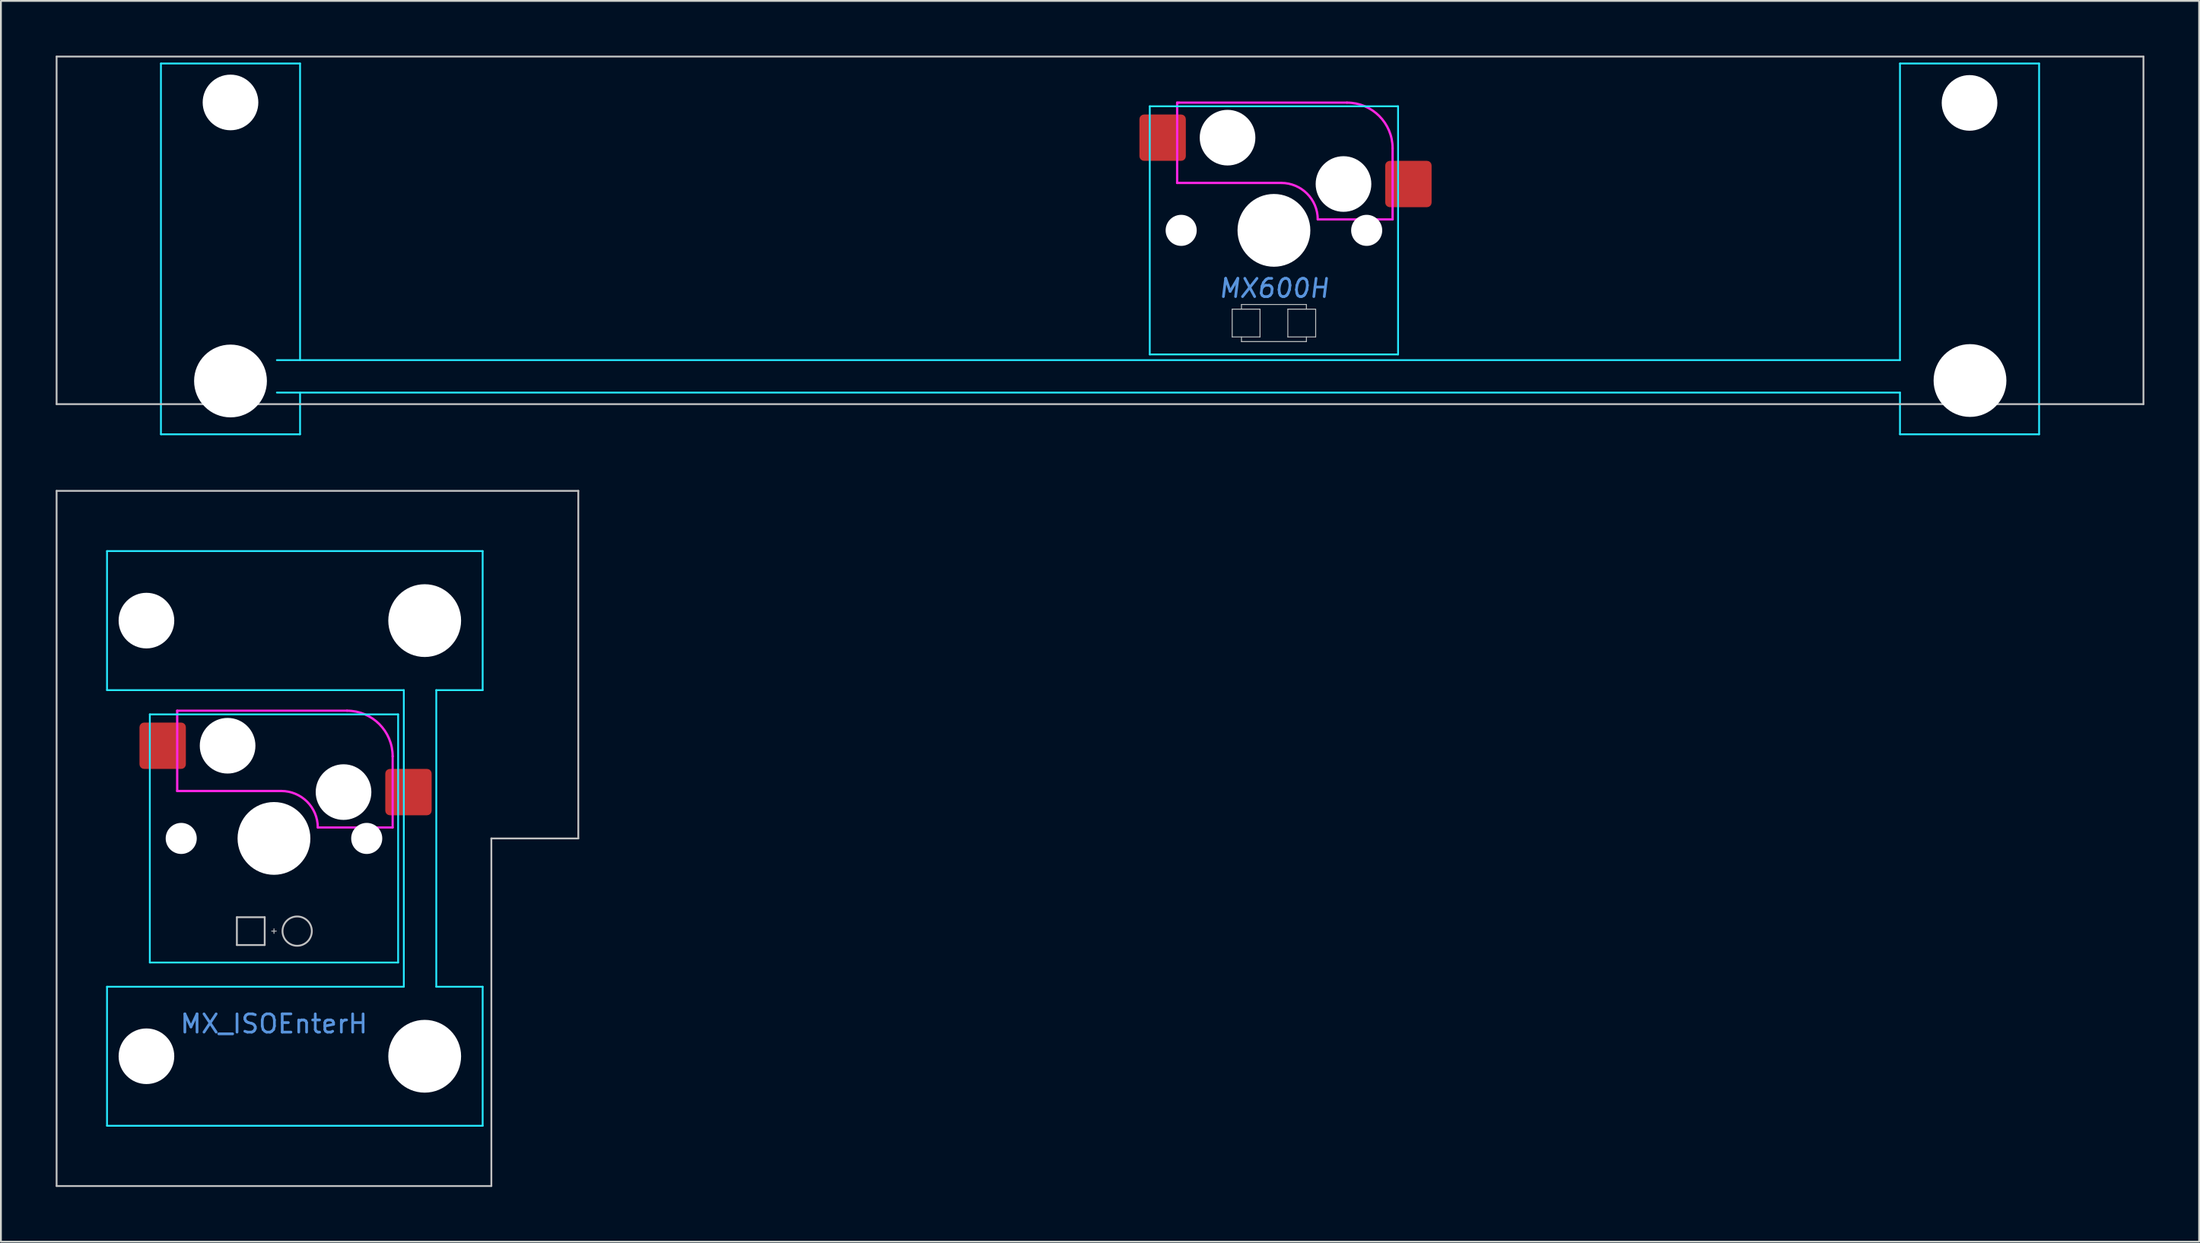
<source format=kicad_pcb>
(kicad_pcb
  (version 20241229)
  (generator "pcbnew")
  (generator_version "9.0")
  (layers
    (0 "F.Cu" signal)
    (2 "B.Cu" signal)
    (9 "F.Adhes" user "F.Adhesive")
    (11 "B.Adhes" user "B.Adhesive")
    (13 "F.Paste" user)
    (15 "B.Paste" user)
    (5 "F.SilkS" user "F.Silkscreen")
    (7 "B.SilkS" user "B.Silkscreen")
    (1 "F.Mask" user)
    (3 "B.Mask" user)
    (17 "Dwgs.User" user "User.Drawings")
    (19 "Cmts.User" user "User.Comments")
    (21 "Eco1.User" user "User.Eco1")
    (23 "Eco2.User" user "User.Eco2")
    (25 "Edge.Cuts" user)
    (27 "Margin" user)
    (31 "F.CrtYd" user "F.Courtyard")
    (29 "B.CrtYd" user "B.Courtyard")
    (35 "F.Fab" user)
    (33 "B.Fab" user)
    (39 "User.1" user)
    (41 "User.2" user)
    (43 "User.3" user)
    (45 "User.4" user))
  (footprint "MX600H"
    (layer "F.Cu")
    (at 66.725 9.575)
    (property "Reference" "MX600H" (at 0 3.175 0) (layer "Cmts.User") (effects (font (size 1 1) (thickness 0.15) (italic yes))))
    (attr smd)
    (fp_line (start -66.675 -9.525) (end -66.675 9.525) (stroke (width 0.1) (type solid)) (layer "Dwgs.User"))
    (fp_line (start -66.675 -9.525) (end 47.625 -9.525) (stroke (width 0.1) (type solid)) (layer "Dwgs.User"))
    (fp_line (start -66.675 9.525) (end 47.625 9.525) (stroke (width 0.1) (type solid)) (layer "Dwgs.User"))
    (fp_line (start -2.286 4.318) (end -0.762 4.318) (stroke (width 0.051) (type solid)) (layer "Dwgs.User"))
    (fp_line (start -2.286 5.842) (end -2.286 4.318) (stroke (width 0.051) (type solid)) (layer "Dwgs.User"))
    (fp_line (start -1.778 4.064) (end 1.778 4.064) (stroke (width 0.051) (type solid)) (layer "Dwgs.User"))
    (fp_line (start -1.778 4.318) (end -1.778 4.064) (stroke (width 0.051) (type solid)) (layer "Dwgs.User"))
    (fp_line (start -1.778 6.096) (end -1.778 5.842) (stroke (width 0.051) (type solid)) (layer "Dwgs.User"))
    (fp_line (start -0.762 4.318) (end -0.762 5.842) (stroke (width 0.051) (type solid)) (layer "Dwgs.User"))
    (fp_line (start -0.762 5.842) (end -2.286 5.842) (stroke (width 0.051) (type solid)) (layer "Dwgs.User"))
    (fp_line (start 0.762 4.318) (end 2.286 4.318) (stroke (width 0.051) (type solid)) (layer "Dwgs.User"))
    (fp_line (start 0.762 5.842) (end 0.762 4.318) (stroke (width 0.051) (type solid)) (layer "Dwgs.User"))
    (fp_line (start 1.778 4.064) (end 1.778 4.318) (stroke (width 0.051) (type solid)) (layer "Dwgs.User"))
    (fp_line (start 1.778 5.842) (end 1.778 6.096) (stroke (width 0.051) (type solid)) (layer "Dwgs.User"))
    (fp_line (start 1.778 6.096) (end -1.778 6.096) (stroke (width 0.051) (type solid)) (layer "Dwgs.User"))
    (fp_line (start 2.286 4.318) (end 2.286 5.842) (stroke (width 0.051) (type solid)) (layer "Dwgs.User"))
    (fp_line (start 2.286 5.842) (end 0.762 5.842) (stroke (width 0.051) (type solid)) (layer "Dwgs.User"))
    (fp_line (start 47.625 -9.525) (end 47.625 9.525) (stroke (width 0.1) (type solid)) (layer "Dwgs.User"))
    (fp_line (start -60.65 -5.485) (end -60.65 8.515) (stroke (width 0.1) (type solid)) (layer "Eco1.User"))
    (fp_line (start -60.15 -5.985) (end -54.15 -5.985) (stroke (width 0.1) (type solid)) (layer "Eco1.User"))
    (fp_line (start -54.15 9.015) (end -60.15 9.015) (stroke (width 0.1) (type solid)) (layer "Eco1.User"))
    (fp_line (start -53.65 8.515) (end -53.65 -5.485) (stroke (width 0.1) (type solid)) (layer "Eco1.User"))
    (fp_line (start -7 -6.5) (end -7 6.5) (stroke (width 0.1) (type solid)) (layer "Eco1.User"))
    (fp_line (start -6.5 7) (end 6.5 7) (stroke (width 0.1) (type solid)) (layer "Eco1.User"))
    (fp_line (start 6.5 -7) (end -6.5 -7) (stroke (width 0.1) (type solid)) (layer "Eco1.User"))
    (fp_line (start 7 6.5) (end 7 -6.5) (stroke (width 0.1) (type solid)) (layer "Eco1.User"))
    (fp_line (start 34.6 -5.485) (end 34.6 8.515) (stroke (width 0.1) (type solid)) (layer "Eco1.User"))
    (fp_line (start 35.1 -5.985) (end 41.1 -5.985) (stroke (width 0.1) (type solid)) (layer "Eco1.User"))
    (fp_line (start 41.1 9.015) (end 35.1 9.015) (stroke (width 0.1) (type solid)) (layer "Eco1.User"))
    (fp_line (start 41.6 8.515) (end 41.6 -5.485) (stroke (width 0.1) (type solid)) (layer "Eco1.User"))
    (fp_arc (start -60.65 -5.485) (mid -60.503553 -5.838553) (end -60.15 -5.985) (stroke (width 0.1) (type solid)) (layer "Eco1.User"))
    (fp_arc (start -60.15 9.015) (mid -60.503553 8.868553) (end -60.65 8.515) (stroke (width 0.1) (type solid)) (layer "Eco1.User"))
    (fp_arc (start -54.15 -5.985) (mid -53.796447 -5.838553) (end -53.65 -5.485) (stroke (width 0.1) (type solid)) (layer "Eco1.User"))
    (fp_arc (start -53.65 8.515) (mid -53.796447 8.868553) (end -54.15 9.015) (stroke (width 0.1) (type solid)) (layer "Eco1.User"))
    (fp_arc (start -7 -6.5) (mid -6.853553 -6.853553) (end -6.5 -7) (stroke (width 0.1) (type solid)) (layer "Eco1.User"))
    (fp_arc (start -6.5 7) (mid -6.853553 6.853553) (end -7 6.5) (stroke (width 0.1) (type solid)) (layer "Eco1.User"))
    (fp_arc (start 6.5 -7) (mid 6.853553 -6.853553) (end 7 -6.5) (stroke (width 0.1) (type solid)) (layer "Eco1.User"))
    (fp_arc (start 7 6.5) (mid 6.853553 6.853553) (end 6.5 7) (stroke (width 0.1) (type solid)) (layer "Eco1.User"))
    (fp_arc (start 34.6 -5.485) (mid 34.746447 -5.838553) (end 35.1 -5.985) (stroke (width 0.1) (type solid)) (layer "Eco1.User"))
    (fp_arc (start 35.1 9.015) (mid 34.746447 8.868553) (end 34.6 8.515) (stroke (width 0.1) (type solid)) (layer "Eco1.User"))
    (fp_arc (start 41.1 -5.985) (mid 41.453553 -5.838553) (end 41.6 -5.485) (stroke (width 0.1) (type solid)) (layer "Eco1.User"))
    (fp_arc (start 41.6 8.515) (mid 41.453553 8.868553) (end 41.1 9.015) (stroke (width 0.1) (type solid)) (layer "Eco1.User"))
    (fp_line (start -60.96 -9.144) (end -60.96 11.176) (stroke (width 0.1) (type solid)) (layer "B.CrtYd"))
    (fp_line (start -60.96 -9.144) (end -53.34 -9.144) (stroke (width 0.1) (type solid)) (layer "B.CrtYd"))
    (fp_line (start -60.96 11.176) (end -53.34 11.176) (stroke (width 0.1) (type solid)) (layer "B.CrtYd"))
    (fp_line (start -54.61 7.112) (end 34.29 7.112) (stroke (width 0.1) (type solid)) (layer "B.CrtYd"))
    (fp_line (start -54.61 8.89) (end 34.29 8.89) (stroke (width 0.1) (type solid)) (layer "B.CrtYd"))
    (fp_line (start -53.34 7.112) (end -53.34 -9.144) (stroke (width 0.1) (type solid)) (layer "B.CrtYd"))
    (fp_line (start -53.34 8.89) (end -53.34 11.176) (stroke (width 0.1) (type solid)) (layer "B.CrtYd"))
    (fp_line (start -6.8 -6.8) (end -6.8 6.8) (stroke (width 0.1) (type solid)) (layer "B.CrtYd"))
    (fp_line (start 6.8 -6.8) (end -6.8 -6.8) (stroke (width 0.1) (type solid)) (layer "B.CrtYd"))
    (fp_line (start 6.8 -6.8) (end 6.8 6.8) (stroke (width 0.1) (type solid)) (layer "B.CrtYd"))
    (fp_line (start 6.8 6.8) (end -6.8 6.8) (stroke (width 0.1) (type solid)) (layer "B.CrtYd"))
    (fp_line (start 34.29 7.112) (end 34.29 -9.144) (stroke (width 0.1) (type solid)) (layer "B.CrtYd"))
    (fp_line (start 34.29 8.89) (end 34.29 11.176) (stroke (width 0.1) (type solid)) (layer "B.CrtYd"))
    (fp_line (start 41.91 -9.144) (end 34.29 -9.144) (stroke (width 0.1) (type solid)) (layer "B.CrtYd"))
    (fp_line (start 41.91 -9.144) (end 41.91 11.176) (stroke (width 0.1) (type solid)) (layer "B.CrtYd"))
    (fp_line (start 41.91 11.176) (end 34.29 11.176) (stroke (width 0.1) (type solid)) (layer "B.CrtYd"))
    (fp_line (start -5.3 -7) (end -5.3 -2.6) (stroke (width 0.127) (type solid)) (layer "F.CrtYd"))
    (fp_line (start -5.2 -7) (end -5.3 -7) (stroke (width 0.12) (type solid)) (layer "F.CrtYd"))
    (fp_line (start 0.4 -2.6) (end -5.3 -2.6) (stroke (width 0.127) (type solid)) (layer "F.CrtYd"))
    (fp_line (start 4 -7) (end -5.2 -7) (stroke (width 0.12) (type solid)) (layer "F.CrtYd"))
    (fp_line (start 6.5 -4.5) (end 6.5 -0.6) (stroke (width 0.127) (type solid)) (layer "F.CrtYd"))
    (fp_line (start 6.5 -0.6) (end 2.4 -0.6) (stroke (width 0.12) (type solid)) (layer "F.CrtYd"))
    (fp_arc (start 0.4 -2.6) (mid 1.814214 -2.014214) (end 2.4 -0.6) (stroke (width 0.127) (type solid)) (layer "F.CrtYd"))
    (fp_arc (start 4 -7) (mid 5.767767 -6.267767) (end 6.5 -4.5) (stroke (width 0.127) (type solid)) (layer "F.CrtYd"))
    (pad "" np_thru_hole circle (at -57.15 -7.01) (size 3.048 3.048) (drill 3.048) (layers "*.Cu" "*.Mask"))
    (pad "" np_thru_hole circle (at -57.15 8.255) (size 3.988 3.988) (drill 3.988) (layers "*.Cu" "*.Mask"))
    (pad "" np_thru_hole circle (at -5.08 0) (size 1.702 1.702) (drill 1.702) (layers "*.Cu" "*.Mask"))
    (pad "" np_thru_hole circle (at -2.54 -5.08) (size 3.048 3.048) (drill 3.048) (layers "*.Cu" "*.Mask"))
    (pad "" np_thru_hole circle (at 0 0) (size 3.988 3.988) (drill 3.988) (layers "*.Cu" "*.Mask"))
    (pad "" np_thru_hole circle (at 3.81 -2.54) (size 3.048 3.048) (drill 3.048) (layers "*.Cu" "*.Mask"))
    (pad "" np_thru_hole circle (at 5.08 0) (size 1.702 1.702) (drill 1.702) (layers "*.Cu" "*.Mask"))
    (pad "" np_thru_hole circle (at 38.1 -6.985) (size 3.048 3.048) (drill 3.048) (layers "*.Cu" "*.Mask"))
    (pad "" np_thru_hole circle (at 38.125 8.23) (size 3.988 3.988) (drill 3.988) (layers "*.Cu" "*.Mask"))
    (pad "1" smd roundrect (at -6.096 -5.08) (size 2.54 2.54) (layers "F.Cu" "F.Mask") (roundrect_rratio 0.1))
    (pad "2" smd roundrect (at 7.366 -2.54) (size 2.54 2.54) (layers "F.Cu" "F.Mask") (roundrect_rratio 0.1)))
  (footprint "MX_ISOEnterH"
    (layer "F.Cu")
    (at 11.956 42.901)
    (property "Reference" "MX_ISOEnterH" (at 0 10.16 0) (unlocked yes) (layer "Cmts.User") (effects (font (size 1 1) (thickness 0.15))))
    (attr smd)
    (fp_line (start -11.906 19.05) (end -11.906 -19.05) (stroke (width 0.1) (type solid)) (layer "Dwgs.User"))
    (fp_line (start -2.032 4.318) (end -2.032 5.842) (stroke (width 0.1) (type solid)) (layer "Dwgs.User"))
    (fp_line (start -2.032 5.842) (end -0.508 5.842) (stroke (width 0.1) (type solid)) (layer "Dwgs.User"))
    (fp_line (start -0.508 4.318) (end -2.032 4.318) (stroke (width 0.1) (type solid)) (layer "Dwgs.User"))
    (fp_line (start -0.508 4.318) (end -0.508 5.842) (stroke (width 0.1) (type solid)) (layer "Dwgs.User"))
    (fp_line (start -0.127 5.08) (end 0.127 5.08) (stroke (width 0.05) (type solid)) (layer "Dwgs.User"))
    (fp_line (start 0 5.207) (end 0 4.953) (stroke (width 0.05) (type solid)) (layer "Dwgs.User"))
    (fp_line (start 11.906 19.05) (end -11.906 19.05) (stroke (width 0.1) (type solid)) (layer "Dwgs.User"))
    (fp_line (start 11.906 19.05) (end 11.906 0) (stroke (width 0.1) (type solid)) (layer "Dwgs.User"))
    (fp_line (start 16.669 -19.05) (end -11.906 -19.05) (stroke (width 0.1) (type solid)) (layer "Dwgs.User"))
    (fp_line (start 16.669 0) (end 11.906 0) (stroke (width 0.1) (type solid)) (layer "Dwgs.User"))
    (fp_line (start 16.669 0) (end 16.669 -19.05) (stroke (width 0.1) (type solid)) (layer "Dwgs.User"))
    (fp_circle (center 1.27 5.08) (end 1.27 5.883) (stroke (width 0.1) (type solid)) (fill no) (layer "Dwgs.User"))
    (fp_line (start -7 -6.5) (end -7 6.5) (stroke (width 0.1) (type solid)) (layer "Eco1.User"))
    (fp_line (start -6.5 7) (end 6.5 7) (stroke (width 0.1) (type solid)) (layer "Eco1.User"))
    (fp_line (start -5.985 -8.938) (end -5.985 -14.938) (stroke (width 0.1) (type solid)) (layer "Eco1.User"))
    (fp_line (start -5.985 14.938) (end -5.985 8.938) (stroke (width 0.1) (type solid)) (layer "Eco1.User"))
    (fp_line (start -5.485 -8.438) (end 8.515 -8.438) (stroke (width 0.1) (type solid)) (layer "Eco1.User"))
    (fp_line (start -5.485 15.438) (end 8.515 15.438) (stroke (width 0.1) (type solid)) (layer "Eco1.User"))
    (fp_line (start 6.5 -7) (end -6.5 -7) (stroke (width 0.1) (type solid)) (layer "Eco1.User"))
    (fp_line (start 7 6.5) (end 7 -6.5) (stroke (width 0.1) (type solid)) (layer "Eco1.User"))
    (fp_line (start 8.515 -15.438) (end -5.485 -15.438) (stroke (width 0.1) (type solid)) (layer "Eco1.User"))
    (fp_line (start 8.515 8.438) (end -5.485 8.438) (stroke (width 0.1) (type solid)) (layer "Eco1.User"))
    (fp_line (start 9.015 -14.938) (end 9.015 -8.938) (stroke (width 0.1) (type solid)) (layer "Eco1.User"))
    (fp_line (start 9.015 8.938) (end 9.015 14.938) (stroke (width 0.1) (type solid)) (layer "Eco1.User"))
    (fp_arc (start -7 -6.5) (mid -6.853553 -6.853553) (end -6.5 -7) (stroke (width 0.1) (type solid)) (layer "Eco1.User"))
    (fp_arc (start -6.5 7) (mid -6.853553 6.853553) (end -7 6.5) (stroke (width 0.1) (type solid)) (layer "Eco1.User"))
    (fp_arc (start -5.985 -14.938) (mid -5.838553 -15.291553) (end -5.485 -15.438) (stroke (width 0.1) (type solid)) (layer "Eco1.User"))
    (fp_arc (start -5.985 8.938) (mid -5.838553 8.584447) (end -5.485 8.438) (stroke (width 0.1) (type solid)) (layer "Eco1.User"))
    (fp_arc (start -5.485 -8.438) (mid -5.838553 -8.584447) (end -5.985 -8.938) (stroke (width 0.1) (type solid)) (layer "Eco1.User"))
    (fp_arc (start -5.485 15.438) (mid -5.838553 15.291553) (end -5.985 14.938) (stroke (width 0.1) (type solid)) (layer "Eco1.User"))
    (fp_arc (start 6.5 -7) (mid 6.853553 -6.853553) (end 7 -6.5) (stroke (width 0.1) (type solid)) (layer "Eco1.User"))
    (fp_arc (start 7 6.5) (mid 6.853553 6.853553) (end 6.5 7) (stroke (width 0.1) (type solid)) (layer "Eco1.User"))
    (fp_arc (start 8.515 -15.438) (mid 8.868553 -15.291553) (end 9.015 -14.938) (stroke (width 0.1) (type solid)) (layer "Eco1.User"))
    (fp_arc (start 8.515 8.438) (mid 8.868553 8.584447) (end 9.015 8.938) (stroke (width 0.1) (type solid)) (layer "Eco1.User"))
    (fp_arc (start 9.015 -8.938) (mid 8.868553 -8.584447) (end 8.515 -8.438) (stroke (width 0.1) (type solid)) (layer "Eco1.User"))
    (fp_arc (start 9.015 14.938) (mid 8.868553 15.291553) (end 8.515 15.438) (stroke (width 0.1) (type solid)) (layer "Eco1.User"))
    (fp_line (start -9.144 -15.748) (end 11.43 -15.748) (stroke (width 0.1) (type solid)) (layer "B.CrtYd"))
    (fp_line (start -9.144 -8.128) (end -9.144 -15.748) (stroke (width 0.1) (type solid)) (layer "B.CrtYd"))
    (fp_line (start -9.144 -8.128) (end 7.112 -8.128) (stroke (width 0.1) (type solid)) (layer "B.CrtYd"))
    (fp_line (start -9.144 8.128) (end 7.112 8.128) (stroke (width 0.1) (type solid)) (layer "B.CrtYd"))
    (fp_line (start -9.144 15.748) (end -9.144 8.128) (stroke (width 0.1) (type solid)) (layer "B.CrtYd"))
    (fp_line (start -6.8 6.8) (end -6.8 -6.8) (stroke (width 0.1) (type solid)) (layer "B.CrtYd"))
    (fp_line (start 6.8 -6.8) (end -6.8 -6.8) (stroke (width 0.1) (type solid)) (layer "B.CrtYd"))
    (fp_line (start 6.8 6.8) (end -6.8 6.8) (stroke (width 0.1) (type solid)) (layer "B.CrtYd"))
    (fp_line (start 6.8 6.8) (end 6.8 -6.8) (stroke (width 0.1) (type solid)) (layer "B.CrtYd"))
    (fp_line (start 7.112 8.128) (end 7.112 -8.128) (stroke (width 0.1) (type solid)) (layer "B.CrtYd"))
    (fp_line (start 8.89 8.128) (end 8.89 -8.128) (stroke (width 0.1) (type solid)) (layer "B.CrtYd"))
    (fp_line (start 11.43 -15.748) (end 11.43 -8.128) (stroke (width 0.1) (type solid)) (layer "B.CrtYd"))
    (fp_line (start 11.43 -8.128) (end 8.89 -8.128) (stroke (width 0.1) (type solid)) (layer "B.CrtYd"))
    (fp_line (start 11.43 8.128) (end 8.89 8.128) (stroke (width 0.1) (type solid)) (layer "B.CrtYd"))
    (fp_line (start 11.43 8.128) (end 11.43 15.748) (stroke (width 0.1) (type solid)) (layer "B.CrtYd"))
    (fp_line (start 11.43 15.748) (end -9.144 15.748) (stroke (width 0.1) (type solid)) (layer "B.CrtYd"))
    (fp_line (start -5.3 -7) (end -5.3 -2.6) (stroke (width 0.127) (type solid)) (layer "F.CrtYd"))
    (fp_line (start 0.4 -2.6) (end -5.3 -2.6) (stroke (width 0.127) (type solid)) (layer "F.CrtYd"))
    (fp_line (start 4 -7) (end -5.3 -7) (stroke (width 0.12) (type solid)) (layer "F.CrtYd"))
    (fp_line (start 6.5 -4.5) (end 6.5 -0.6) (stroke (width 0.12) (type solid)) (layer "F.CrtYd"))
    (fp_line (start 6.5 -0.6) (end 2.4 -0.6) (stroke (width 0.12) (type solid)) (layer "F.CrtYd"))
    (fp_arc (start 0.4 -2.6) (mid 1.814214 -2.014214) (end 2.4 -0.6) (stroke (width 0.127) (type solid)) (layer "F.CrtYd"))
    (fp_arc (start 4 -7) (mid 5.767767 -6.267767) (end 6.5 -4.5) (stroke (width 0.127) (type solid)) (layer "F.CrtYd"))
    (pad "" np_thru_hole circle (at -6.985 -11.938 90) (size 3.048 3.048) (drill 3.048) (layers "*.Cu" "*.Mask"))
    (pad "" np_thru_hole circle (at -6.985 11.938 90) (size 3.048 3.048) (drill 3.048) (layers "*.Cu" "*.Mask"))
    (pad "" np_thru_hole circle (at -5.08 0 270) (size 1.702 1.702) (drill 1.702) (layers "*.Cu" "*.Mask"))
    (pad "" np_thru_hole circle (at -2.54 -5.08) (size 3.048 3.048) (drill 3.048) (layers "*.Cu" "*.Mask"))
    (pad "" np_thru_hole circle (at 0 0) (size 3.988 3.988) (drill 3.988) (layers "*.Cu" "*.Mask"))
    (pad "" np_thru_hole circle (at 3.81 -2.54) (size 3.048 3.048) (drill 3.048) (layers "*.Cu" "*.Mask"))
    (pad "" np_thru_hole circle (at 5.08 0 270) (size 1.702 1.702) (drill 1.702) (layers "*.Cu" "*.Mask"))
    (pad "" np_thru_hole circle (at 8.255 -11.938 90) (size 3.988 3.988) (drill 3.988) (layers "*.Cu" "*.Mask"))
    (pad "" np_thru_hole circle (at 8.255 11.938 90) (size 3.988 3.988) (drill 3.988) (layers "*.Cu" "*.Mask"))
    (pad "1" smd roundrect (at -6.096 -5.08) (size 2.54 2.54) (layers "F.Cu" "F.Mask") (roundrect_rratio 0.1))
    (pad "2" smd roundrect (at 7.366 -2.54) (size 2.54 2.54) (layers "F.Cu" "F.Mask") (roundrect_rratio 0.1)))
  (gr_rect
    (start -3 -3)
    (end 117.4 65.001)
    (stroke (width 0.1) (type default))
    (fill no)
    (layer "Edge.Cuts")))
</source>
